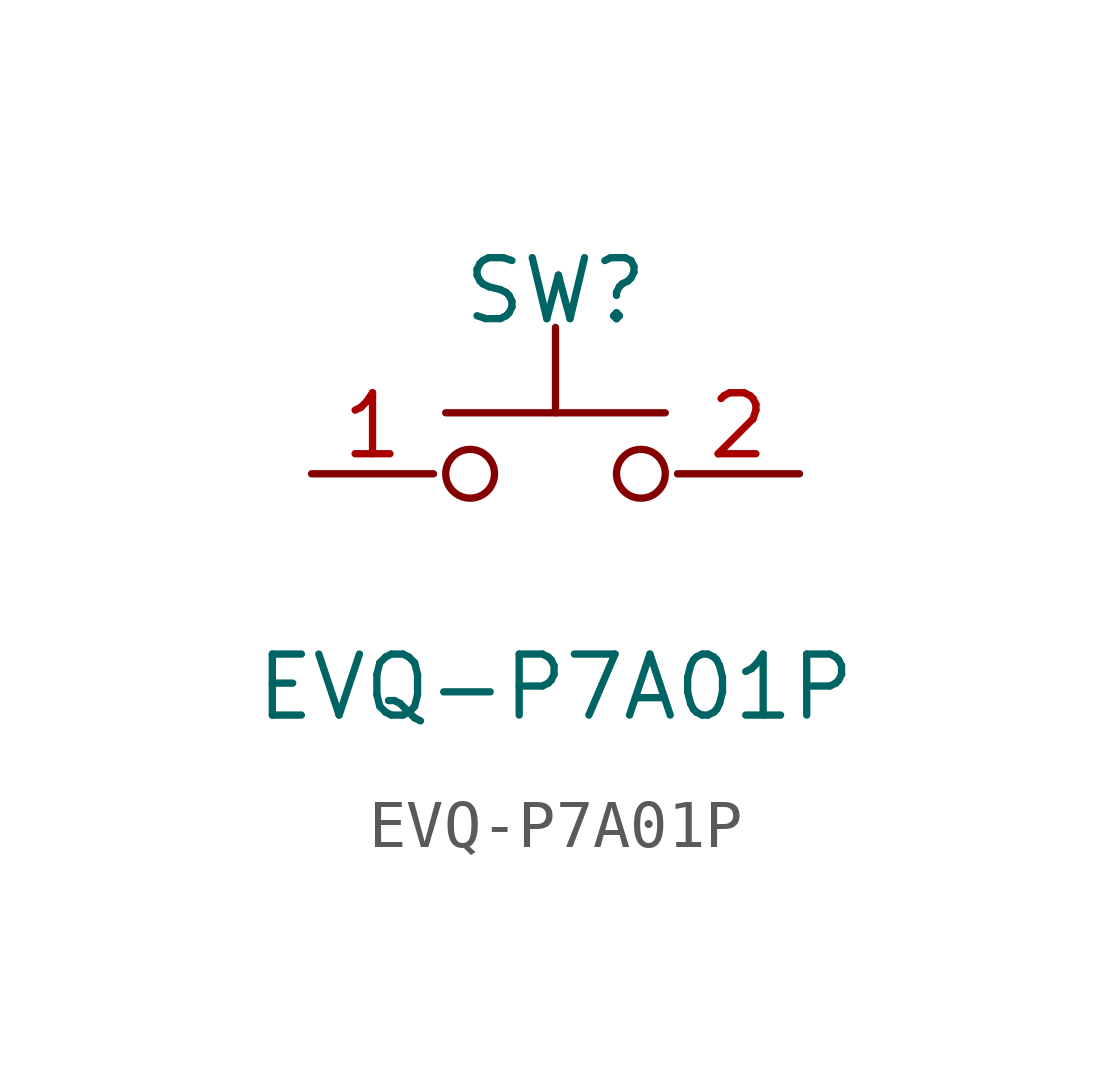
<source format=kicad_sym>
(kicad_symbol_lib
  (version 20220914)
  (generator kicad_symbol_editor)
  (symbol "EVQ-P7A01P"
    (pin_names hide)
    (property "Reference" "SW"
      (at 0 5.08 0)
      (effects (font (size 1.27 1.27))))
    (property "Value" "EVQ-P7A01P"
      (at 0 -3.175 0)
      (effects (font (size 1.27 1.27))))
    (symbol "EVQ-P7A01P_0_1"
      (circle (center -1.778 1.27) (radius 0.508) (stroke (width 0) (type default)) (fill (type none)))
      (polyline (pts (xy -2.286 2.54) (xy 2.286 2.54)) (stroke (width 0) (type default)) (fill (type none)))
      (polyline (pts (xy 0 2.54) (xy 0 4.318)) (stroke (width 0) (type default)) (fill (type none)))
      (circle (center 1.778 1.27) (radius 0.508) (stroke (width 0) (type default)) (fill (type none)))
      (pin passive line (at -5.08 1.27 0) (length 2.54) (name "1" (effects (font (size 1.27 1.27)))) (number "1" (effects (font (size 1.27 1.27))))))
    (symbol "EVQ-P7A01P_1_1"
      (pin passive line (at 5.08 1.27 180) (length 2.54) (name "2" (effects (font (size 1.27 1.27)))) (number "2" (effects (font (size 1.27 1.27))))))))
</source>
